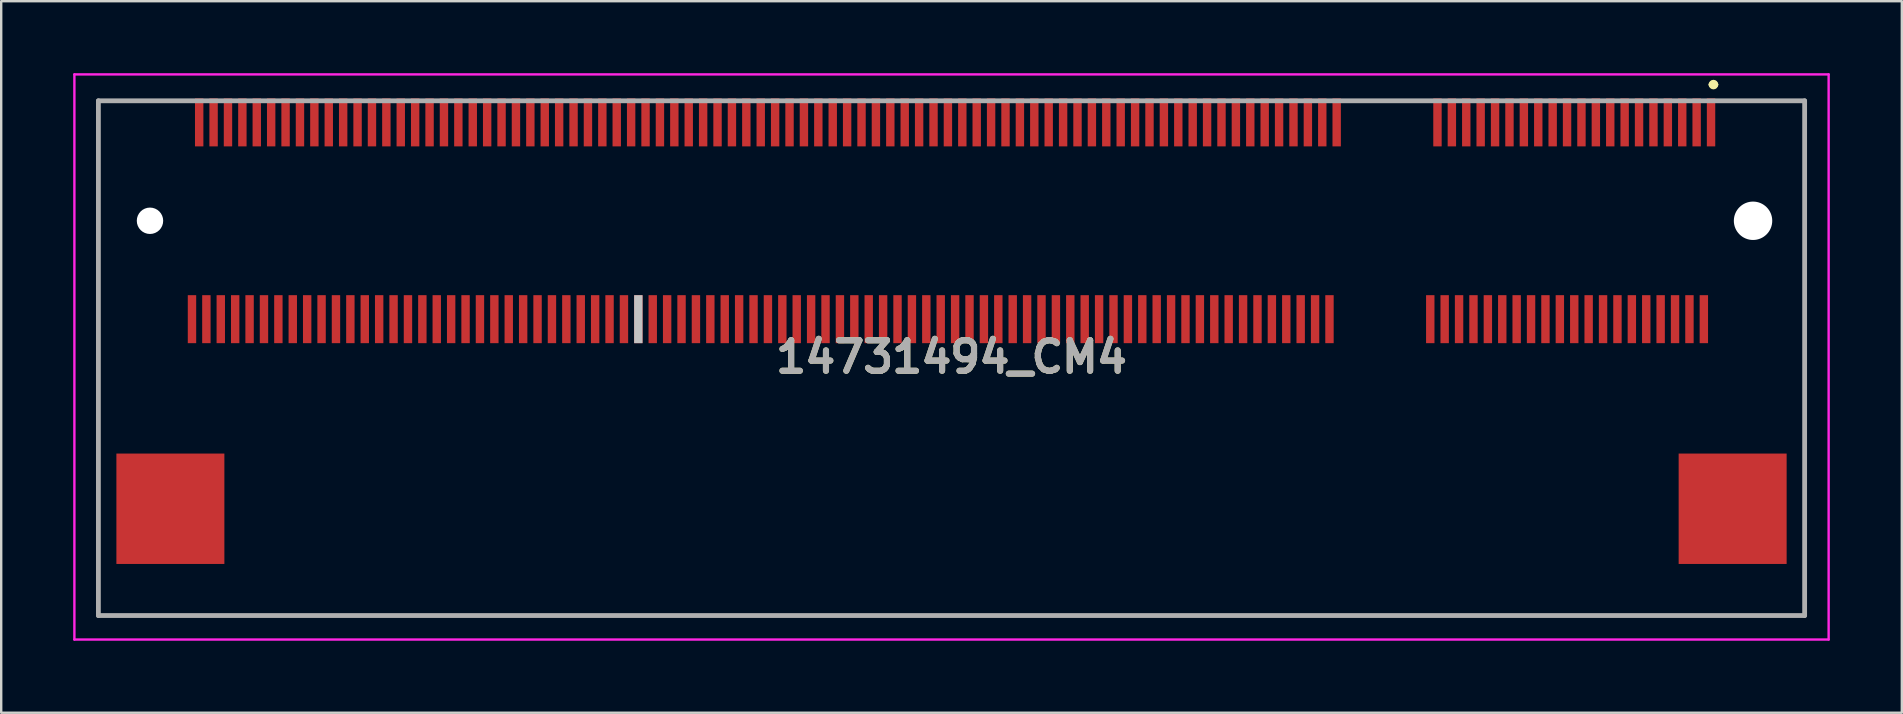
<source format=kicad_pcb>
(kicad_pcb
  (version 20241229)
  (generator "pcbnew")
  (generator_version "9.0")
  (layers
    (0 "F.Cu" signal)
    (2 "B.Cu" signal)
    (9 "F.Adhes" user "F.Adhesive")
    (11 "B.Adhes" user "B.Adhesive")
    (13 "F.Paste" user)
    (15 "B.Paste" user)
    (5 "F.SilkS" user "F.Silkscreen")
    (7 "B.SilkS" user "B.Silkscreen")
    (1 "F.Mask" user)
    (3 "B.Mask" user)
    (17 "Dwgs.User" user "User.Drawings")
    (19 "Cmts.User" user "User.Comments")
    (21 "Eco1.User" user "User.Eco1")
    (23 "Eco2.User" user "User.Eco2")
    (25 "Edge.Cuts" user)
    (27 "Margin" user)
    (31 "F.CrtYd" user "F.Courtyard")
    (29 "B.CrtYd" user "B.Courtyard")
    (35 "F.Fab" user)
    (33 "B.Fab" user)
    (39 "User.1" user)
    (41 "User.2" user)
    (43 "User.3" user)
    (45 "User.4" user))
  (footprint "14731494_CM4"
    (layer "F.Cu")
    (at 36.6 11.875)
    (property "Reference" "14731494_CM4" (at 0 -0.05 0) (layer "F.SilkS") (effects (font (size 1.27 1.27) (thickness 0.254))))
    (attr through_hole)
    (fp_line (start -35.55 -10.725) (end -33 -10.725) (stroke (width 0.1) (type solid)) (layer "F.SilkS"))
    (fp_line (start -35.55 10.725) (end -35.55 -10.725) (stroke (width 0.1) (type solid)) (layer "F.SilkS"))
    (fp_line (start 31.65 -11.4) (end 31.65 -11.4) (stroke (width 0.2) (type solid)) (layer "F.SilkS"))
    (fp_line (start 31.85 -11.4) (end 31.85 -11.4) (stroke (width 0.2) (type solid)) (layer "F.SilkS"))
    (fp_line (start 33 -10.725) (end 35.55 -10.725) (stroke (width 0.1) (type solid)) (layer "F.SilkS"))
    (fp_line (start 35.55 -10.725) (end 35.55 10.725) (stroke (width 0.1) (type solid)) (layer "F.SilkS"))
    (fp_line (start 35.55 10.725) (end -35.55 10.725) (stroke (width 0.1) (type solid)) (layer "F.SilkS"))
    (fp_arc (start 31.65 -11.4) (mid 31.75 -11.5) (end 31.85 -11.4) (stroke (width 0.2) (type solid)) (layer "F.SilkS"))
    (fp_arc (start 31.85 -11.4) (mid 31.75 -11.3) (end 31.65 -11.4) (stroke (width 0.2) (type solid)) (layer "F.SilkS"))
    (fp_line (start -36.55 -11.825) (end 36.55 -11.825) (stroke (width 0.1) (type solid)) (layer "F.CrtYd"))
    (fp_line (start -36.55 11.725) (end -36.55 -11.825) (stroke (width 0.1) (type solid)) (layer "F.CrtYd"))
    (fp_line (start 36.55 -11.825) (end 36.55 11.725) (stroke (width 0.1) (type solid)) (layer "F.CrtYd"))
    (fp_line (start 36.55 11.725) (end -36.55 11.725) (stroke (width 0.1) (type solid)) (layer "F.CrtYd"))
    (fp_line (start -35.55 -10.725) (end 35.55 -10.725) (stroke (width 0.2) (type solid)) (layer "F.Fab"))
    (fp_line (start -35.55 10.725) (end -35.55 -10.725) (stroke (width 0.2) (type solid)) (layer "F.Fab"))
    (fp_line (start 35.55 -10.725) (end 35.55 10.725) (stroke (width 0.2) (type solid)) (layer "F.Fab"))
    (fp_line (start 35.55 10.725) (end -35.55 10.725) (stroke (width 0.2) (type solid)) (layer "F.Fab"))
    (fp_text user "${REFERENCE}" (at 0 -0.05 0) (layer "F.Fab") (effects (font (size 1.27 1.27) (thickness 0.254))))
    (pad "" np_thru_hole circle (at -33.4 -5.725) (size 1.1 1.1) (drill 1.1) (layers "*.Cu" "*.Mask"))
    (pad "" np_thru_hole circle (at 33.4 -5.725) (size 1.6 1.6) (drill 1.6) (layers "*.Cu" "*.Mask"))
    (pad "1" smd rect (at 31.65 -9.825) (size 0.35 2) (layers "F.Cu" "F.Mask" "F.Paste"))
    (pad "2" smd rect (at 29.85 -9.825) (size 0.35 2) (layers "F.Cu" "F.Mask" "F.Paste"))
    (pad "7" smd rect (at 29.55 -1.625) (size 0.35 2) (layers "F.Cu" "F.Mask" "F.Paste"))
    (pad "8" smd rect (at 28.05 -9.825) (size 0.35 2) (layers "F.Cu" "F.Mask" "F.Paste"))
    (pad "13" smd rect (at 27.75 -1.625) (size 0.35 2) (layers "F.Cu" "F.Mask" "F.Paste"))
    (pad "14" smd rect (at 26.25 -9.825) (size 0.35 2) (layers "F.Cu" "F.Mask" "F.Paste"))
    (pad "22" smd rect (at 25.95 -1.625) (size 0.35 2) (layers "F.Cu" "F.Mask" "F.Paste"))
    (pad "23" smd rect (at 24.45 -9.825) (size 0.35 2) (layers "F.Cu" "F.Mask" "F.Paste"))
    (pad "24" smd rect (at 2.25 -9.825) (size 0.35 2) (layers "F.Cu" "F.Mask" "F.Paste"))
    (pad "25" smd rect (at 7.05 -9.825) (size 0.35 2) (layers "F.Cu" "F.Mask" "F.Paste"))
    (pad "26" smd rect (at 8.85 -9.825) (size 0.35 2) (layers "F.Cu" "F.Mask" "F.Paste"))
    (pad "27" smd rect (at 7.65 -9.825) (size 0.35 2) (layers "F.Cu" "F.Mask" "F.Paste"))
    (pad "28" smd rect (at 14.25 -9.825) (size 0.35 2) (layers "F.Cu" "F.Mask" "F.Paste"))
    (pad "29" smd rect (at 11.25 -9.825) (size 0.35 2) (layers "F.Cu" "F.Mask" "F.Paste"))
    (pad "30" smd rect (at 25.65 -9.825) (size 0.35 2) (layers "F.Cu" "F.Mask" "F.Paste"))
    (pad "31" smd rect (at 14.85 -9.825) (size 0.35 2) (layers "F.Cu" "F.Mask" "F.Paste"))
    (pad "32" smd rect (at 24.15 -1.625) (size 0.35 2) (layers "F.Cu" "F.Mask" "F.Paste"))
    (pad "33" smd rect (at 22.65 -9.825) (size 0.35 2) (layers "F.Cu" "F.Mask" "F.Paste"))
    (pad "34" smd rect (at 26.85 -9.825) (size 0.35 2) (layers "F.Cu" "F.Mask" "F.Paste"))
    (pad "35" smd rect (at 30.45 -9.825) (size 0.35 2) (layers "F.Cu" "F.Mask" "F.Paste"))
    (pad "36" smd rect (at 31.05 -9.825) (size 0.35 2) (layers "F.Cu" "F.Mask" "F.Paste"))
    (pad "37" smd rect (at 25.05 -9.825) (size 0.35 2) (layers "F.Cu" "F.Mask" "F.Paste"))
    (pad "38" smd rect (at 21.45 -9.825) (size 0.35 2) (layers "F.Cu" "F.Mask" "F.Paste"))
    (pad "39" smd rect (at 23.85 -9.825) (size 0.35 2) (layers "F.Cu" "F.Mask" "F.Paste"))
    (pad "40" smd rect (at 23.25 -9.825) (size 0.35 2) (layers "F.Cu" "F.Mask" "F.Paste"))
    (pad "41" smd rect (at 3.45 -9.825) (size 0.35 2) (layers "F.Cu" "F.Mask" "F.Paste"))
    (pad "42" smd rect (at 22.35 -1.625) (size 0.35 2) (layers "F.Cu" "F.Mask" "F.Paste"))
    (pad "43" smd rect (at 20.85 -9.825) (size 0.35 2) (layers "F.Cu" "F.Mask" "F.Paste"))
    (pad "44" smd rect (at 22.05 -9.825) (size 0.35 2) (layers "F.Cu" "F.Mask" "F.Paste"))
    (pad "45" smd rect (at 4.05 -9.825) (size 0.35 2) (layers "F.Cu" "F.Mask" "F.Paste"))
    (pad "46" smd rect (at 5.85 -9.825) (size 0.35 2) (layers "F.Cu" "F.Mask" "F.Paste"))
    (pad "47" smd rect (at 5.25 -9.825) (size 0.35 2) (layers "F.Cu" "F.Mask" "F.Paste"))
    (pad "48" smd rect (at 1.65 -9.825) (size 0.35 2) (layers "F.Cu" "F.Mask" "F.Paste"))
    (pad "49" smd rect (at 9.45 -9.825) (size 0.35 2) (layers "F.Cu" "F.Mask" "F.Paste"))
    (pad "50" smd rect (at 10.65 -9.825) (size 0.35 2) (layers "F.Cu" "F.Mask" "F.Paste"))
    (pad "51" smd rect (at 12.45 -9.825) (size 0.35 2) (layers "F.Cu" "F.Mask" "F.Paste"))
    (pad "52" smd rect (at 20.55 -1.625) (size 0.35 2) (layers "F.Cu" "F.Mask" "F.Paste"))
    (pad "53" smd rect (at 15.45 -9.825) (size 0.35 2) (layers "F.Cu" "F.Mask" "F.Paste"))
    (pad "54" smd rect (at 27.45 -9.825) (size 0.35 2) (layers "F.Cu" "F.Mask" "F.Paste"))
    (pad "55" smd rect (at 13.05 -9.825) (size 0.35 2) (layers "F.Cu" "F.Mask" "F.Paste"))
    (pad "56" smd rect (at 28.65 -9.825) (size 0.35 2) (layers "F.Cu" "F.Mask" "F.Paste"))
    (pad "57" smd rect (at 28.95 -1.625) (size 0.35 2) (layers "F.Cu" "F.Mask" "F.Paste"))
    (pad "58" smd rect (at 29.25 -9.825) (size 0.35 2) (layers "F.Cu" "F.Mask" "F.Paste"))
    (pad "59" smd rect (at 15.15 -1.625) (size 0.35 2) (layers "F.Cu" "F.Mask" "F.Paste"))
    (pad "60" smd rect (at 13.65 -9.825) (size 0.35 2) (layers "F.Cu" "F.Mask" "F.Paste"))
    (pad "61" smd rect (at 24.75 -1.625) (size 0.35 2) (layers "F.Cu" "F.Mask" "F.Paste"))
    (pad "62" smd rect (at 28.35 -1.625) (size 0.35 2) (layers "F.Cu" "F.Mask" "F.Paste"))
    (pad "63" smd rect (at 27.15 -1.625) (size 0.35 2) (layers "F.Cu" "F.Mask" "F.Paste"))
    (pad "65" smd rect (at 13.35 -1.625) (size 0.35 2) (layers "F.Cu" "F.Mask" "F.Paste"))
    (pad "66" smd rect (at 11.85 -9.825) (size 0.35 2) (layers "F.Cu" "F.Mask" "F.Paste"))
    (pad "67" smd rect (at 26.55 -1.625) (size 0.35 2) (layers "F.Cu" "F.Mask" "F.Paste"))
    (pad "69" smd rect (at 25.35 -1.625) (size 0.35 2) (layers "F.Cu" "F.Mask" "F.Paste"))
    (pad "71" smd rect (at 11.55 -1.625) (size 0.35 2) (layers "F.Cu" "F.Mask" "F.Paste"))
    (pad "74" smd rect (at 10.05 -9.825) (size 0.35 2) (layers "F.Cu" "F.Mask" "F.Paste"))
    (pad "77" smd rect (at -30.75 -9.825) (size 0.35 2) (layers "F.Cu" "F.Mask" "F.Paste"))
    (pad "79" smd rect (at -31.35 -9.825) (size 0.35 2) (layers "F.Cu" "F.Mask" "F.Paste"))
    (pad "80" smd rect (at 22.95 -1.625) (size 0.35 2) (layers "F.Cu" "F.Mask" "F.Paste"))
    (pad "81" smd rect (at -31.05 -1.625) (size 0.35 2) (layers "F.Cu" "F.Mask" "F.Paste"))
    (pad "82" smd rect (at 23.55 -1.625) (size 0.35 2) (layers "F.Cu" "F.Mask" "F.Paste"))
    (pad "83" smd rect (at -31.65 -1.625) (size 0.35 2) (layers "F.Cu" "F.Mask" "F.Paste"))
    (pad "92" smd rect (at -24.75 -9.825) (size 0.35 2) (layers "F.Cu" "F.Mask" "F.Paste"))
    (pad "93" smd rect (at 31.35 -1.625) (size 0.35 2) (layers "F.Cu" "F.Mask" "F.Paste"))
    (pad "97" smd rect (at 13.95 -1.625) (size 0.35 2) (layers "F.Cu" "F.Mask" "F.Paste"))
    (pad "97" smd rect (at 21.15 -1.625) (size 0.35 2) (layers "F.Cu" "F.Mask" "F.Paste"))
    (pad "98" smd rect (at 9.75 -1.625) (size 0.35 2) (layers "F.Cu" "F.Mask" "F.Paste"))
    (pad "101" smd rect (at -22.05 -1.625) (size 0.35 2) (layers "F.Cu" "F.Mask" "F.Paste"))
    (pad "103" smd rect (at -21.75 -9.825) (size 0.35 2) (layers "F.Cu" "F.Mask" "F.Paste"))
    (pad "105" smd rect (at -21.15 -9.825) (size 0.35 2) (layers "F.Cu" "F.Mask" "F.Paste"))
    (pad "107" smd rect (at 8.25 -9.825) (size 0.35 2) (layers "F.Cu" "F.Mask" "F.Paste"))
    (pad "108" smd rect (at 7.95 -1.625) (size 0.35 2) (layers "F.Cu" "F.Mask" "F.Paste"))
    (pad "111" smd rect (at -21.45 -1.625) (size 0.35 2) (layers "F.Cu" "F.Mask" "F.Paste"))
    (pad "113" smd rect (at 6.45 -9.825) (size 0.35 2) (layers "F.Cu" "F.Mask" "F.Paste"))
    (pad "114" smd rect (at 6.15 -1.625) (size 0.35 2) (layers "F.Cu" "F.Mask" "F.Paste"))
    (pad "115" smd rect (at -19.95 -9.825) (size 0.35 2) (layers "F.Cu" "F.Mask" "F.Paste"))
    (pad "117" smd rect (at -19.35 -9.825) (size 0.35 2) (layers "F.Cu" "F.Mask" "F.Paste"))
    (pad "119" smd rect (at 4.65 -9.825) (size 0.35 2) (layers "F.Cu" "F.Mask" "F.Paste"))
    (pad "120" smd rect (at 4.35 -1.625) (size 0.35 2) (layers "F.Cu" "F.Mask" "F.Paste"))
    (pad "121" smd rect (at -18.15 -9.825) (size 0.35 2) (layers "F.Cu" "F.Mask" "F.Paste"))
    (pad "123" smd rect (at -17.55 -9.825) (size 0.35 2) (layers "F.Cu" "F.Mask" "F.Paste"))
    (pad "125" smd rect (at 2.85 -9.825) (size 0.35 2) (layers "F.Cu" "F.Mask" "F.Paste"))
    (pad "126" smd rect (at 2.55 -1.625) (size 0.35 2) (layers "F.Cu" "F.Mask" "F.Paste"))
    (pad "127" smd rect (at -16.35 -9.825) (size 0.35 2) (layers "F.Cu" "F.Mask" "F.Paste"))
    (pad "128" smd rect (at -13.05 -1.625) (size 0.35 2) (layers "F.Cu" "F.Mask" "F.Paste" "Dwgs.User"))
    (pad "129" smd rect (at -15.75 -9.825) (size 0.35 2) (layers "F.Cu" "F.Mask" "F.Paste"))
    (pad "130" smd rect (at -12.45 -1.625) (size 0.35 2) (layers "F.Cu" "F.Mask" "F.Paste"))
    (pad "131" smd rect (at 1.05 -9.825) (size 0.35 2) (layers "F.Cu" "F.Mask" "F.Paste"))
    (pad "132" smd rect (at 0.75 -1.625) (size 0.35 2) (layers "F.Cu" "F.Mask" "F.Paste"))
    (pad "133" smd rect (at -14.55 -9.825) (size 0.35 2) (layers "F.Cu" "F.Mask" "F.Paste"))
    (pad "134" smd rect (at -16.65 -1.625) (size 0.35 2) (layers "F.Cu" "F.Mask" "F.Paste"))
    (pad "135" smd rect (at -13.95 -9.825) (size 0.35 2) (layers "F.Cu" "F.Mask" "F.Paste"))
    (pad "136" smd rect (at -16.05 -1.625) (size 0.35 2) (layers "F.Cu" "F.Mask" "F.Paste"))
    (pad "137" smd rect (at -0.75 -9.825) (size 0.35 2) (layers "F.Cu" "F.Mask" "F.Paste"))
    (pad "138" smd rect (at -1.05 -1.625) (size 0.35 2) (layers "F.Cu" "F.Mask" "F.Paste"))
    (pad "139" smd rect (at -12.75 -9.825) (size 0.35 2) (layers "F.Cu" "F.Mask" "F.Paste"))
    (pad "140" smd rect (at -14.85 -1.625) (size 0.35 2) (layers "F.Cu" "F.Mask" "F.Paste"))
    (pad "141" smd rect (at -12.15 -9.825) (size 0.35 2) (layers "F.Cu" "F.Mask" "F.Paste"))
    (pad "142" smd rect (at -14.25 -1.625) (size 0.35 2) (layers "F.Cu" "F.Mask" "F.Paste"))
    (pad "144" smd rect (at -2.55 -9.825) (size 0.35 2) (layers "F.Cu" "F.Mask" "F.Paste"))
    (pad "150" smd rect (at -2.85 -1.625) (size 0.35 2) (layers "F.Cu" "F.Mask" "F.Paste"))
    (pad "151" smd rect (at -22.95 -9.825) (size 0.35 2) (layers "F.Cu" "F.Mask" "F.Paste"))
    (pad "153" smd rect (at 1.95 -1.625) (size 0.35 2) (layers "F.Cu" "F.Mask" "F.Paste"))
    (pad "155" smd rect (at -4.35 -9.825) (size 0.35 2) (layers "F.Cu" "F.Mask" "F.Paste"))
    (pad "156" smd rect (at -4.65 -1.625) (size 0.35 2) (layers "F.Cu" "F.Mask" "F.Paste"))
    (pad "157" smd rect (at -1.35 -9.825) (size 0.35 2) (layers "F.Cu" "F.Mask" "F.Paste"))
    (pad "159" smd rect (at -1.95 -9.825) (size 0.35 2) (layers "F.Cu" "F.Mask" "F.Paste"))
    (pad "161" smd rect (at -6.15 -9.825) (size 0.35 2) (layers "F.Cu" "F.Mask" "F.Paste"))
    (pad "162" smd rect (at -6.45 -1.625) (size 0.35 2) (layers "F.Cu" "F.Mask" "F.Paste"))
    (pad "163" smd rect (at 0.45 -9.825) (size 0.35 2) (layers "F.Cu" "F.Mask" "F.Paste"))
    (pad "165" smd rect (at -0.15 -9.825) (size 0.35 2) (layers "F.Cu" "F.Mask" "F.Paste"))
    (pad "167" smd rect (at -7.95 -9.825) (size 0.35 2) (layers "F.Cu" "F.Mask" "F.Paste"))
    (pad "168" smd rect (at -8.25 -1.625) (size 0.35 2) (layers "F.Cu" "F.Mask" "F.Paste"))
    (pad "169" smd rect (at -3.15 -9.825) (size 0.35 2) (layers "F.Cu" "F.Mask" "F.Paste"))
    (pad "170" smd rect (at -10.95 -9.825) (size 0.35 2) (layers "F.Cu" "F.Mask" "F.Paste"))
    (pad "171" smd rect (at -3.75 -9.825) (size 0.35 2) (layers "F.Cu" "F.Mask" "F.Paste"))
    (pad "172" smd rect (at -10.35 -9.825) (size 0.35 2) (layers "F.Cu" "F.Mask" "F.Paste"))
    (pad "173" smd rect (at -9.75 -9.825) (size 0.35 2) (layers "F.Cu" "F.Mask" "F.Paste"))
    (pad "174" smd rect (at -11.55 -9.825) (size 0.35 2) (layers "F.Cu" "F.Mask" "F.Paste"))
    (pad "175" smd rect (at -0.45 -1.625) (size 0.35 2) (layers "F.Cu" "F.Mask" "F.Paste"))
    (pad "176" smd rect (at -9.15 -9.825) (size 0.35 2) (layers "F.Cu" "F.Mask" "F.Paste"))
    (pad "177" smd rect (at 0.15 -1.625) (size 0.35 2) (layers "F.Cu" "F.Mask" "F.Paste"))
    (pad "178" smd rect (at -8.55 -9.825) (size 0.35 2) (layers "F.Cu" "F.Mask" "F.Paste"))
    (pad "179" smd rect (at -11.85 -1.625) (size 0.35 2) (layers "F.Cu" "F.Mask" "F.Paste"))
    (pad "180" smd rect (at -13.35 -9.825) (size 0.35 2) (layers "F.Cu" "F.Mask" "F.Paste"))
    (pad "181" smd rect (at -7.65 -1.625) (size 0.35 2) (layers "F.Cu" "F.Mask" "F.Paste"))
    (pad "182" smd rect (at -7.35 -9.825) (size 0.35 2) (layers "F.Cu" "F.Mask" "F.Paste"))
    (pad "183" smd rect (at -7.05 -1.625) (size 0.35 2) (layers "F.Cu" "F.Mask" "F.Paste"))
    (pad "184" smd rect (at -6.75 -9.825) (size 0.35 2) (layers "F.Cu" "F.Mask" "F.Paste"))
    (pad "185" smd rect (at -13.65 -1.625) (size 0.35 2) (layers "F.Cu" "F.Mask" "F.Paste"))
    (pad "186" smd rect (at -15.15 -9.825) (size 0.35 2) (layers "F.Cu" "F.Mask" "F.Paste"))
    (pad "187" smd rect (at -2.25 -1.625) (size 0.35 2) (layers "F.Cu" "F.Mask" "F.Paste"))
    (pad "188" smd rect (at -5.55 -9.825) (size 0.35 2) (layers "F.Cu" "F.Mask" "F.Paste"))
    (pad "189" smd rect (at -1.65 -1.625) (size 0.35 2) (layers "F.Cu" "F.Mask" "F.Paste"))
    (pad "190" smd rect (at -4.95 -9.825) (size 0.35 2) (layers "F.Cu" "F.Mask" "F.Paste"))
    (pad "191" smd rect (at -15.45 -1.625) (size 0.35 2) (layers "F.Cu" "F.Mask" "F.Paste"))
    (pad "192" smd rect (at -16.95 -9.825) (size 0.35 2) (layers "F.Cu" "F.Mask" "F.Paste"))
    (pad "193" smd rect (at -5.85 -1.625) (size 0.35 2) (layers "F.Cu" "F.Mask" "F.Paste"))
    (pad "194" smd rect (at -4.05 -1.625) (size 0.35 2) (layers "F.Cu" "F.Mask" "F.Paste"))
    (pad "195" smd rect (at -5.25 -1.625) (size 0.35 2) (layers "F.Cu" "F.Mask" "F.Paste"))
    (pad "196" smd rect (at -3.45 -1.625) (size 0.35 2) (layers "F.Cu" "F.Mask" "F.Paste"))
    (pad "197" smd rect (at -17.25 -1.625) (size 0.35 2) (layers "F.Cu" "F.Mask" "F.Paste"))
    (pad "198" smd rect (at -30.45 -1.625) (size 0.35 2) (layers "F.Cu" "F.Mask" "F.Paste"))
    (pad "198" smd rect (at -30.15 -9.825) (size 0.35 2) (layers "F.Cu" "F.Mask" "F.Paste"))
    (pad "198" smd rect (at -28.05 -1.625) (size 0.35 2) (layers "F.Cu" "F.Mask" "F.Paste"))
    (pad "198" smd rect (at -27.75 -9.825) (size 0.35 2) (layers "F.Cu" "F.Mask" "F.Paste"))
    (pad "198" smd rect (at -26.25 -1.625) (size 0.35 2) (layers "F.Cu" "F.Mask" "F.Paste"))
    (pad "198" smd rect (at -25.95 -9.825) (size 0.35 2) (layers "F.Cu" "F.Mask" "F.Paste"))
    (pad "198" smd rect (at -22.65 -1.625) (size 0.35 2) (layers "F.Cu" "F.Mask" "F.Paste"))
    (pad "198" smd rect (at -22.35 -9.825) (size 0.35 2) (layers "F.Cu" "F.Mask" "F.Paste"))
    (pad "198" smd rect (at -20.85 -1.625) (size 0.35 2) (layers "F.Cu" "F.Mask" "F.Paste"))
    (pad "198" smd rect (at -20.55 -9.825) (size 0.35 2) (layers "F.Cu" "F.Mask" "F.Paste"))
    (pad "198" smd rect (at -18.75 -9.825) (size 0.35 2) (layers "F.Cu" "F.Mask" "F.Paste"))
    (pad "199" smd rect (at -23.55 -9.825) (size 0.35 2) (layers "F.Cu" "F.Mask" "F.Paste"))
    (pad "200" smd rect (at -24.15 -9.825) (size 0.35 2) (layers "F.Cu" "F.Mask" "F.Paste"))
    (pad "MP1" smd rect (at 32.55 6.275) (size 4.5 4.6) (layers "F.Cu" "F.Mask" "F.Paste"))
    (pad "MP2" smd rect (at -32.55 6.275) (size 4.5 4.6) (layers "F.Cu" "F.Mask" "F.Paste"))
    (pad "x" smd rect (at -29.85 -1.625) (size 0.35 2) (layers "F.Cu" "F.Mask" "F.Paste"))
    (pad "x" smd rect (at -29.55 -9.825) (size 0.35 2) (layers "F.Cu" "F.Mask" "F.Paste"))
    (pad "x" smd rect (at -29.25 -1.625) (size 0.35 2) (layers "F.Cu" "F.Mask" "F.Paste"))
    (pad "x" smd rect (at -28.95 -9.825) (size 0.35 2) (layers "F.Cu" "F.Mask" "F.Paste"))
    (pad "x" smd rect (at -28.65 -1.625) (size 0.35 2) (layers "F.Cu" "F.Mask" "F.Paste"))
    (pad "x" smd rect (at -28.35 -9.825) (size 0.35 2) (layers "F.Cu" "F.Mask" "F.Paste"))
    (pad "x" smd rect (at -27.45 -1.625) (size 0.35 2) (layers "F.Cu" "F.Mask" "F.Paste"))
    (pad "x" smd rect (at -27.15 -9.825) (size 0.35 2) (layers "F.Cu" "F.Mask" "F.Paste"))
    (pad "x" smd rect (at -26.85 -1.625) (size 0.35 2) (layers "F.Cu" "F.Mask" "F.Paste"))
    (pad "x" smd rect (at -26.55 -9.825) (size 0.35 2) (layers "F.Cu" "F.Mask" "F.Paste"))
    (pad "x" smd rect (at -25.65 -1.625) (size 0.35 2) (layers "F.Cu" "F.Mask" "F.Paste"))
    (pad "x" smd rect (at -25.35 -9.825) (size 0.35 2) (layers "F.Cu" "F.Mask" "F.Paste"))
    (pad "x" smd rect (at -25.05 -1.625) (size 0.35 2) (layers "F.Cu" "F.Mask" "F.Paste"))
    (pad "x" smd rect (at -24.45 -1.625) (size 0.35 2) (layers "F.Cu" "F.Mask" "F.Paste"))
    (pad "x" smd rect (at -23.85 -1.625) (size 0.35 2) (layers "F.Cu" "F.Mask" "F.Paste"))
    (pad "x" smd rect (at -23.25 -1.625) (size 0.35 2) (layers "F.Cu" "F.Mask" "F.Paste"))
    (pad "x" smd rect (at -20.25 -1.625) (size 0.35 2) (layers "F.Cu" "F.Mask" "F.Paste"))
    (pad "x" smd rect (at -19.65 -1.625) (size 0.35 2) (layers "F.Cu" "F.Mask" "F.Paste"))
    (pad "x" smd rect (at -19.05 -1.625) (size 0.35 2) (layers "F.Cu" "F.Mask" "F.Paste"))
    (pad "x" smd rect (at -18.45 -1.625) (size 0.35 2) (layers "F.Cu" "F.Mask" "F.Paste"))
    (pad "x" smd rect (at -17.85 -1.625) (size 0.35 2) (layers "F.Cu" "F.Mask" "F.Paste"))
    (pad "x" smd rect (at -11.25 -1.625) (size 0.35 2) (layers "F.Cu" "F.Mask" "F.Paste"))
    (pad "x" smd rect (at -10.65 -1.625) (size 0.35 2) (layers "F.Cu" "F.Mask" "F.Paste"))
    (pad "x" smd rect (at -10.05 -1.625) (size 0.35 2) (layers "F.Cu" "F.Mask" "F.Paste"))
    (pad "x" smd rect (at -9.45 -1.625) (size 0.35 2) (layers "F.Cu" "F.Mask" "F.Paste"))
    (pad "x" smd rect (at -8.85 -1.625) (size 0.35 2) (layers "F.Cu" "F.Mask" "F.Paste"))
    (pad "x" smd rect (at 1.35 -1.625) (size 0.35 2) (layers "F.Cu" "F.Mask" "F.Paste"))
    (pad "x" smd rect (at 3.15 -1.625) (size 0.35 2) (layers "F.Cu" "F.Mask" "F.Paste"))
    (pad "x" smd rect (at 3.75 -1.625) (size 0.35 2) (layers "F.Cu" "F.Mask" "F.Paste"))
    (pad "x" smd rect (at 4.95 -1.625) (size 0.35 2) (layers "F.Cu" "F.Mask" "F.Paste"))
    (pad "x" smd rect (at 5.55 -1.625) (size 0.35 2) (layers "F.Cu" "F.Mask" "F.Paste"))
    (pad "x" smd rect (at 6.75 -1.625) (size 0.35 2) (layers "F.Cu" "F.Mask" "F.Paste"))
    (pad "x" smd rect (at 7.35 -1.625) (size 0.35 2) (layers "F.Cu" "F.Mask" "F.Paste"))
    (pad "x" smd rect (at 8.55 -1.625) (size 0.35 2) (layers "F.Cu" "F.Mask" "F.Paste"))
    (pad "x" smd rect (at 9.15 -1.625) (size 0.35 2) (layers "F.Cu" "F.Mask" "F.Paste"))
    (pad "x" smd rect (at 10.35 -1.625) (size 0.35 2) (layers "F.Cu" "F.Mask" "F.Paste"))
    (pad "x" smd rect (at 10.95 -1.625) (size 0.35 2) (layers "F.Cu" "F.Mask" "F.Paste"))
    (pad "x" smd rect (at 12.15 -1.625) (size 0.35 2) (layers "F.Cu" "F.Mask" "F.Paste"))
    (pad "x" smd rect (at 12.75 -1.625) (size 0.35 2) (layers "F.Cu" "F.Mask" "F.Paste"))
    (pad "x" smd rect (at 14.55 -1.625) (size 0.35 2) (layers "F.Cu" "F.Mask" "F.Paste"))
    (pad "x" smd rect (at 15.75 -1.625) (size 0.35 2) (layers "F.Cu" "F.Mask" "F.Paste"))
    (pad "x" smd rect (at 16.05 -9.825) (size 0.35 2) (layers "F.Cu" "F.Mask" "F.Paste"))
    (pad "x" smd rect (at 19.95 -1.625) (size 0.35 2) (layers "F.Cu" "F.Mask" "F.Paste"))
    (pad "x" smd rect (at 20.25 -9.825) (size 0.35 2) (layers "F.Cu" "F.Mask" "F.Paste"))
    (pad "x" smd rect (at 21.75 -1.625) (size 0.35 2) (layers "F.Cu" "F.Mask" "F.Paste"))
    (pad "x" smd rect (at 30.15 -1.625) (size 0.35 2) (layers "F.Cu" "F.Mask" "F.Paste"))
    (pad "x" smd rect (at 30.75 -1.625) (size 0.35 2) (layers "F.Cu" "F.Mask" "F.Paste")))
  (gr_rect
    (start -3 -3)
    (end 76.2 26.65)
    (stroke (width 0.1) (type default))
    (fill no)
    (layer "Edge.Cuts")))
</source>
